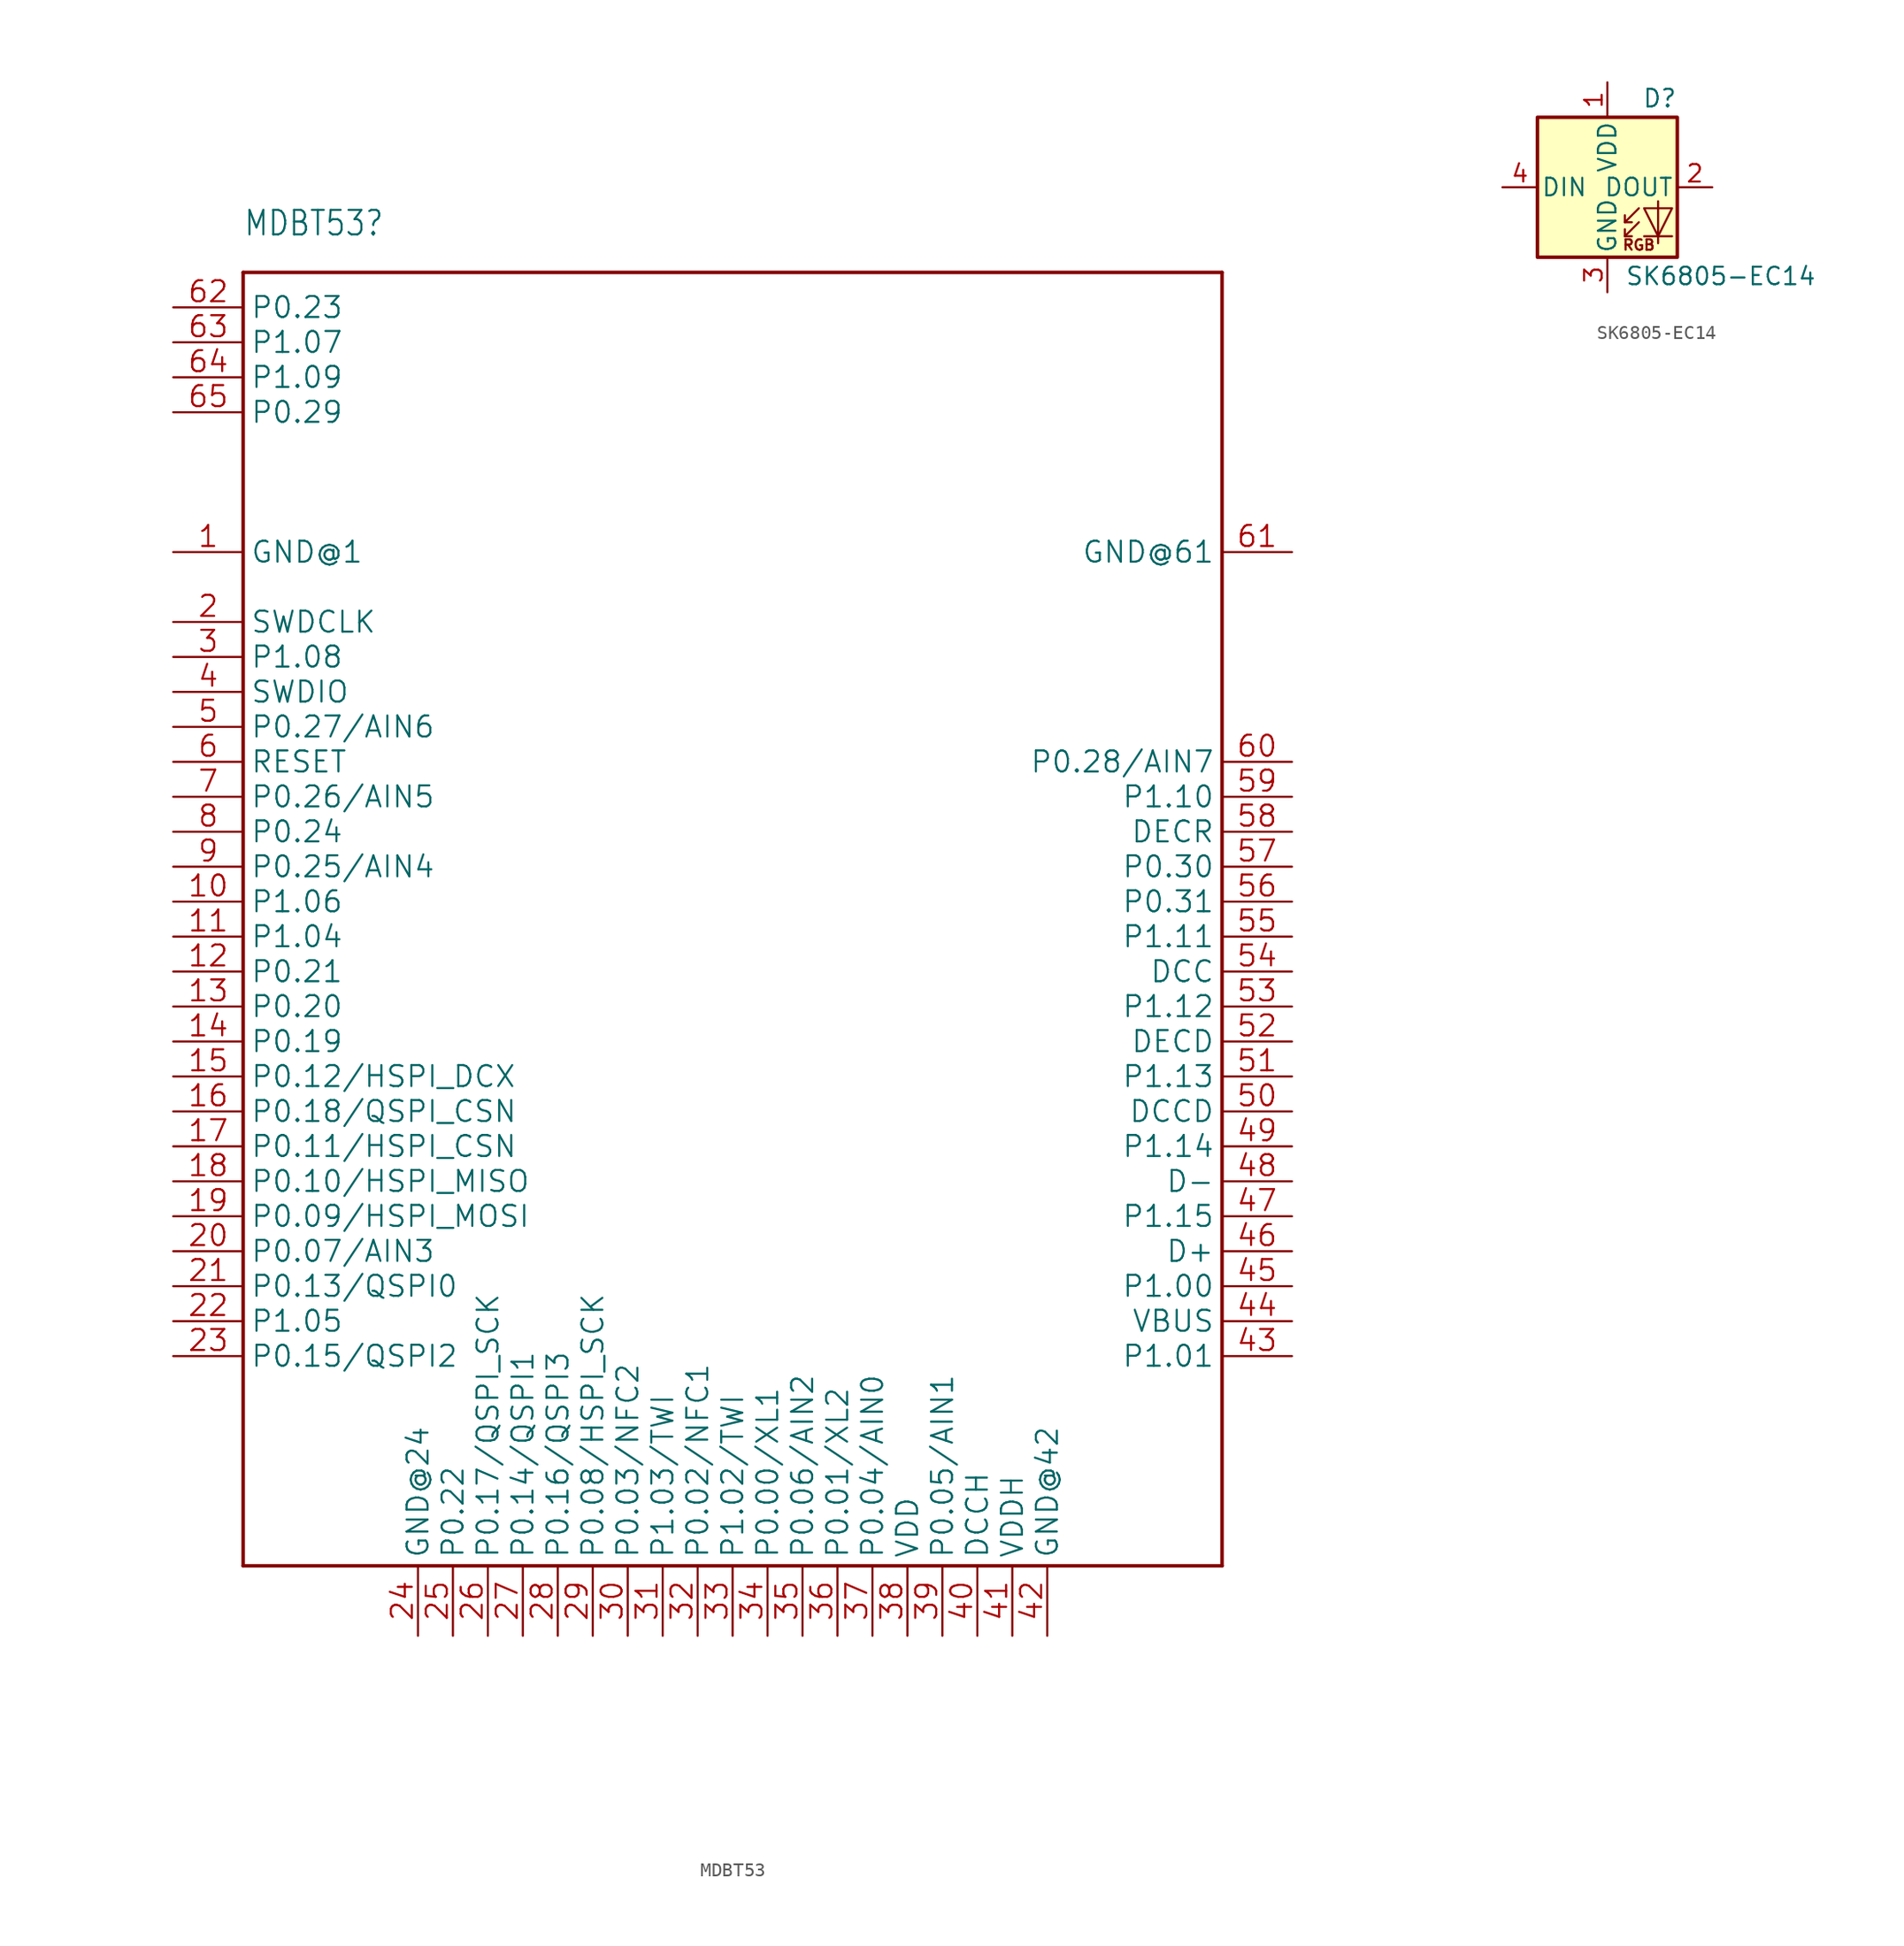
<source format=kicad_sym>
(kicad_symbol_lib
  (version 20241209)
  (generator "kicad_symbol_editor")
  (generator_version "9.0")
  (symbol "MDBT53"
    (property "Reference" "MDBT53"
      (at -35.56 45.72 0)
      (effects (font (size 1.778 1.511)) (justify left bottom)))
    (property "Value" ""
      (at -35.56 -60.96 0)
      (effects (font (size 1.778 1.511)) (justify left bottom)))
    (property "ki_locked" ""
      (at 0 0 0)
      (effects (font (size 1.27 1.27))))
    (symbol "MDBT53_1_0"
      (polyline (pts (xy -35.56 43.18) (xy -35.56 -50.8)) (stroke (width 0.254) (type solid)) (fill (type none)))
      (polyline (pts (xy -35.56 -50.8) (xy 35.56 -50.8)) (stroke (width 0.254) (type solid)) (fill (type none)))
      (polyline (pts (xy 35.56 43.18) (xy -35.56 43.18)) (stroke (width 0.254) (type solid)) (fill (type none)))
      (polyline (pts (xy 35.56 -50.8) (xy 35.56 43.18)) (stroke (width 0.254) (type solid)) (fill (type none)))
      (pin bidirectional line (at -40.64 40.64 0) (length 5.08) (name "P0.23" (effects (font (size 1.524 1.524)))) (number "62" (effects (font (size 1.524 1.524)))))
      (pin bidirectional line (at -40.64 38.1 0) (length 5.08) (name "P1.07" (effects (font (size 1.524 1.524)))) (number "63" (effects (font (size 1.524 1.524)))))
      (pin bidirectional line (at -40.64 35.56 0) (length 5.08) (name "P1.09" (effects (font (size 1.524 1.524)))) (number "64" (effects (font (size 1.524 1.524)))))
      (pin bidirectional line (at -40.64 33.02 0) (length 5.08) (name "P0.29" (effects (font (size 1.524 1.524)))) (number "65" (effects (font (size 1.524 1.524)))))
      (pin bidirectional line (at -40.64 22.86 0) (length 5.08) (name "GND@1" (effects (font (size 1.524 1.524)))) (number "1" (effects (font (size 1.524 1.524)))))
      (pin bidirectional line (at -40.64 17.78 0) (length 5.08) (name "SWDCLK" (effects (font (size 1.524 1.524)))) (number "2" (effects (font (size 1.524 1.524)))))
      (pin bidirectional line (at -40.64 15.24 0) (length 5.08) (name "P1.08" (effects (font (size 1.524 1.524)))) (number "3" (effects (font (size 1.524 1.524)))))
      (pin bidirectional line (at -40.64 12.7 0) (length 5.08) (name "SWDIO" (effects (font (size 1.524 1.524)))) (number "4" (effects (font (size 1.524 1.524)))))
      (pin bidirectional line (at -40.64 10.16 0) (length 5.08) (name "P0.27/AIN6" (effects (font (size 1.524 1.524)))) (number "5" (effects (font (size 1.524 1.524)))))
      (pin bidirectional line (at -40.64 7.62 0) (length 5.08) (name "RESET" (effects (font (size 1.524 1.524)))) (number "6" (effects (font (size 1.524 1.524)))))
      (pin bidirectional line (at -40.64 5.08 0) (length 5.08) (name "P0.26/AIN5" (effects (font (size 1.524 1.524)))) (number "7" (effects (font (size 1.524 1.524)))))
      (pin bidirectional line (at -40.64 2.54 0) (length 5.08) (name "P0.24" (effects (font (size 1.524 1.524)))) (number "8" (effects (font (size 1.524 1.524)))))
      (pin bidirectional line (at -40.64 0 0) (length 5.08) (name "P0.25/AIN4" (effects (font (size 1.524 1.524)))) (number "9" (effects (font (size 1.524 1.524)))))
      (pin bidirectional line (at -40.64 -2.54 0) (length 5.08) (name "P1.06" (effects (font (size 1.524 1.524)))) (number "10" (effects (font (size 1.524 1.524)))))
      (pin bidirectional line (at -40.64 -5.08 0) (length 5.08) (name "P1.04" (effects (font (size 1.524 1.524)))) (number "11" (effects (font (size 1.524 1.524)))))
      (pin bidirectional line (at -40.64 -7.62 0) (length 5.08) (name "P0.21" (effects (font (size 1.524 1.524)))) (number "12" (effects (font (size 1.524 1.524)))))
      (pin bidirectional line (at -40.64 -10.16 0) (length 5.08) (name "P0.20" (effects (font (size 1.524 1.524)))) (number "13" (effects (font (size 1.524 1.524)))))
      (pin bidirectional line (at -40.64 -12.7 0) (length 5.08) (name "P0.19" (effects (font (size 1.524 1.524)))) (number "14" (effects (font (size 1.524 1.524)))))
      (pin bidirectional line (at -40.64 -15.24 0) (length 5.08) (name "P0.12/HSPI_DCX" (effects (font (size 1.524 1.524)))) (number "15" (effects (font (size 1.524 1.524)))))
      (pin bidirectional line (at -40.64 -17.78 0) (length 5.08) (name "P0.18/QSPI_CSN" (effects (font (size 1.524 1.524)))) (number "16" (effects (font (size 1.524 1.524)))))
      (pin bidirectional line (at -40.64 -20.32 0) (length 5.08) (name "P0.11/HSPI_CSN" (effects (font (size 1.524 1.524)))) (number "17" (effects (font (size 1.524 1.524)))))
      (pin bidirectional line (at -40.64 -22.86 0) (length 5.08) (name "P0.10/HSPI_MISO" (effects (font (size 1.524 1.524)))) (number "18" (effects (font (size 1.524 1.524)))))
      (pin bidirectional line (at -40.64 -25.4 0) (length 5.08) (name "P0.09/HSPI_MOSI" (effects (font (size 1.524 1.524)))) (number "19" (effects (font (size 1.524 1.524)))))
      (pin bidirectional line (at -40.64 -27.94 0) (length 5.08) (name "P0.07/AIN3" (effects (font (size 1.524 1.524)))) (number "20" (effects (font (size 1.524 1.524)))))
      (pin bidirectional line (at -40.64 -30.48 0) (length 5.08) (name "P0.13/QSPI0" (effects (font (size 1.524 1.524)))) (number "21" (effects (font (size 1.524 1.524)))))
      (pin bidirectional line (at -40.64 -33.02 0) (length 5.08) (name "P1.05" (effects (font (size 1.524 1.524)))) (number "22" (effects (font (size 1.524 1.524)))))
      (pin bidirectional line (at -40.64 -35.56 0) (length 5.08) (name "P0.15/QSPI2" (effects (font (size 1.524 1.524)))) (number "23" (effects (font (size 1.524 1.524)))))
      (pin bidirectional line (at -22.86 -55.88 90) (length 5.08) (name "GND@24" (effects (font (size 1.524 1.524)))) (number "24" (effects (font (size 1.524 1.524)))))
      (pin bidirectional line (at -20.32 -55.88 90) (length 5.08) (name "P0.22" (effects (font (size 1.524 1.524)))) (number "25" (effects (font (size 1.524 1.524)))))
      (pin bidirectional line (at -17.78 -55.88 90) (length 5.08) (name "P0.17/QSPI_SCK" (effects (font (size 1.524 1.524)))) (number "26" (effects (font (size 1.524 1.524)))))
      (pin bidirectional line (at -15.24 -55.88 90) (length 5.08) (name "P0.14/QSPI1" (effects (font (size 1.524 1.524)))) (number "27" (effects (font (size 1.524 1.524)))))
      (pin bidirectional line (at -12.7 -55.88 90) (length 5.08) (name "P0.16/QSPI3" (effects (font (size 1.524 1.524)))) (number "28" (effects (font (size 1.524 1.524)))))
      (pin bidirectional line (at -10.16 -55.88 90) (length 5.08) (name "P0.08/HSPI_SCK" (effects (font (size 1.524 1.524)))) (number "29" (effects (font (size 1.524 1.524)))))
      (pin bidirectional line (at -7.62 -55.88 90) (length 5.08) (name "P0.03/NFC2" (effects (font (size 1.524 1.524)))) (number "30" (effects (font (size 1.524 1.524)))))
      (pin bidirectional line (at -5.08 -55.88 90) (length 5.08) (name "P1.03/TWI" (effects (font (size 1.524 1.524)))) (number "31" (effects (font (size 1.524 1.524)))))
      (pin bidirectional line (at -2.54 -55.88 90) (length 5.08) (name "P0.02/NFC1" (effects (font (size 1.524 1.524)))) (number "32" (effects (font (size 1.524 1.524)))))
      (pin bidirectional line (at 0 -55.88 90) (length 5.08) (name "P1.02/TWI" (effects (font (size 1.524 1.524)))) (number "33" (effects (font (size 1.524 1.524)))))
      (pin bidirectional line (at 2.54 -55.88 90) (length 5.08) (name "P0.00/XL1" (effects (font (size 1.524 1.524)))) (number "34" (effects (font (size 1.524 1.524)))))
      (pin bidirectional line (at 5.08 -55.88 90) (length 5.08) (name "P0.06/AIN2" (effects (font (size 1.524 1.524)))) (number "35" (effects (font (size 1.524 1.524)))))
      (pin bidirectional line (at 7.62 -55.88 90) (length 5.08) (name "P0.01/XL2" (effects (font (size 1.524 1.524)))) (number "36" (effects (font (size 1.524 1.524)))))
      (pin bidirectional line (at 10.16 -55.88 90) (length 5.08) (name "P0.04/AIN0" (effects (font (size 1.524 1.524)))) (number "37" (effects (font (size 1.524 1.524)))))
      (pin bidirectional line (at 12.7 -55.88 90) (length 5.08) (name "VDD" (effects (font (size 1.524 1.524)))) (number "38" (effects (font (size 1.524 1.524)))))
      (pin bidirectional line (at 15.24 -55.88 90) (length 5.08) (name "P0.05/AIN1" (effects (font (size 1.524 1.524)))) (number "39" (effects (font (size 1.524 1.524)))))
      (pin bidirectional line (at 17.78 -55.88 90) (length 5.08) (name "DCCH" (effects (font (size 1.524 1.524)))) (number "40" (effects (font (size 1.524 1.524)))))
      (pin bidirectional line (at 20.32 -55.88 90) (length 5.08) (name "VDDH" (effects (font (size 1.524 1.524)))) (number "41" (effects (font (size 1.524 1.524)))))
      (pin bidirectional line (at 22.86 -55.88 90) (length 5.08) (name "GND@42" (effects (font (size 1.524 1.524)))) (number "42" (effects (font (size 1.524 1.524)))))
      (pin bidirectional line (at 40.64 22.86 180) (length 5.08) (name "GND@61" (effects (font (size 1.524 1.524)))) (number "61" (effects (font (size 1.524 1.524)))))
      (pin bidirectional line (at 40.64 7.62 180) (length 5.08) (name "P0.28/AIN7" (effects (font (size 1.524 1.524)))) (number "60" (effects (font (size 1.524 1.524)))))
      (pin bidirectional line (at 40.64 5.08 180) (length 5.08) (name "P1.10" (effects (font (size 1.524 1.524)))) (number "59" (effects (font (size 1.524 1.524)))))
      (pin bidirectional line (at 40.64 2.54 180) (length 5.08) (name "DECR" (effects (font (size 1.524 1.524)))) (number "58" (effects (font (size 1.524 1.524)))))
      (pin bidirectional line (at 40.64 0 180) (length 5.08) (name "P0.30" (effects (font (size 1.524 1.524)))) (number "57" (effects (font (size 1.524 1.524)))))
      (pin bidirectional line (at 40.64 -2.54 180) (length 5.08) (name "P0.31" (effects (font (size 1.524 1.524)))) (number "56" (effects (font (size 1.524 1.524)))))
      (pin bidirectional line (at 40.64 -5.08 180) (length 5.08) (name "P1.11" (effects (font (size 1.524 1.524)))) (number "55" (effects (font (size 1.524 1.524)))))
      (pin bidirectional line (at 40.64 -7.62 180) (length 5.08) (name "DCC" (effects (font (size 1.524 1.524)))) (number "54" (effects (font (size 1.524 1.524)))))
      (pin bidirectional line (at 40.64 -10.16 180) (length 5.08) (name "P1.12" (effects (font (size 1.524 1.524)))) (number "53" (effects (font (size 1.524 1.524)))))
      (pin bidirectional line (at 40.64 -12.7 180) (length 5.08) (name "DECD" (effects (font (size 1.524 1.524)))) (number "52" (effects (font (size 1.524 1.524)))))
      (pin bidirectional line (at 40.64 -15.24 180) (length 5.08) (name "P1.13" (effects (font (size 1.524 1.524)))) (number "51" (effects (font (size 1.524 1.524)))))
      (pin bidirectional line (at 40.64 -17.78 180) (length 5.08) (name "DCCD" (effects (font (size 1.524 1.524)))) (number "50" (effects (font (size 1.524 1.524)))))
      (pin bidirectional line (at 40.64 -20.32 180) (length 5.08) (name "P1.14" (effects (font (size 1.524 1.524)))) (number "49" (effects (font (size 1.524 1.524)))))
      (pin bidirectional line (at 40.64 -22.86 180) (length 5.08) (name "D-" (effects (font (size 1.524 1.524)))) (number "48" (effects (font (size 1.524 1.524)))))
      (pin bidirectional line (at 40.64 -25.4 180) (length 5.08) (name "P1.15" (effects (font (size 1.524 1.524)))) (number "47" (effects (font (size 1.524 1.524)))))
      (pin bidirectional line (at 40.64 -27.94 180) (length 5.08) (name "D+" (effects (font (size 1.524 1.524)))) (number "46" (effects (font (size 1.524 1.524)))))
      (pin bidirectional line (at 40.64 -30.48 180) (length 5.08) (name "P1.00" (effects (font (size 1.524 1.524)))) (number "45" (effects (font (size 1.524 1.524)))))
      (pin bidirectional line (at 40.64 -33.02 180) (length 5.08) (name "VBUS" (effects (font (size 1.524 1.524)))) (number "44" (effects (font (size 1.524 1.524)))))
      (pin bidirectional line (at 40.64 -35.56 180) (length 5.08) (name "P1.01" (effects (font (size 1.524 1.524)))) (number "43" (effects (font (size 1.524 1.524)))))))
  (symbol "SK6805-EC14"
    (pin_names
      (offset 0.254))
    (property "Reference" "D"
      (at 5.08 5.715 0)
      (effects (font (size 1.27 1.27)) (justify right bottom)))
    (property "Value" "SK6805-EC14"
      (at 1.27 -5.715 0)
      (effects (font (size 1.27 1.27)) (justify left top)))
    (symbol "SK6805-EC14_0_0"
      (text "RGB" (at 2.286 -4.191 0) (effects (font (size 0.762 0.762)))))
    (symbol "SK6805-EC14_0_1"
      (rectangle (start -5.08 5.08) (end 5.08 -5.08) (stroke (width 0.254) (type default)) (fill (type background)))
      (polyline (pts (xy 1.27 -2.54) (xy 1.778 -2.54)) (stroke (width 0) (type default)) (fill (type none)))
      (polyline (pts (xy 1.27 -3.556) (xy 1.778 -3.556)) (stroke (width 0) (type default)) (fill (type none)))
      (polyline (pts (xy 2.286 -1.524) (xy 1.27 -2.54) (xy 1.27 -2.032)) (stroke (width 0) (type default)) (fill (type none)))
      (polyline (pts (xy 2.286 -2.54) (xy 1.27 -3.556) (xy 1.27 -3.048)) (stroke (width 0) (type default)) (fill (type none)))
      (polyline (pts (xy 3.683 -1.016) (xy 3.683 -3.556) (xy 3.683 -4.064)) (stroke (width 0) (type default)) (fill (type none)))
      (polyline (pts (xy 4.699 -1.524) (xy 2.667 -1.524) (xy 3.683 -3.556) (xy 4.699 -1.524)) (stroke (width 0) (type default)) (fill (type none)))
      (polyline (pts (xy 4.699 -3.556) (xy 2.667 -3.556)) (stroke (width 0) (type default)) (fill (type none))))
    (symbol "SK6805-EC14_1_1"
      (pin input line (at -7.62 0 0) (length 2.54) (name "DIN" (effects (font (size 1.27 1.27)))) (number "4" (effects (font (size 1.27 1.27)))))
      (pin power_in line (at 0 7.62 270) (length 2.54) (name "VDD" (effects (font (size 1.27 1.27)))) (number "1" (effects (font (size 1.27 1.27)))))
      (pin power_in line (at 0 -7.62 90) (length 2.54) (name "GND" (effects (font (size 1.27 1.27)))) (number "3" (effects (font (size 1.27 1.27)))))
      (pin output line (at 7.62 0 180) (length 2.54) (name "DOUT" (effects (font (size 1.27 1.27)))) (number "2" (effects (font (size 1.27 1.27))))))))
</source>
